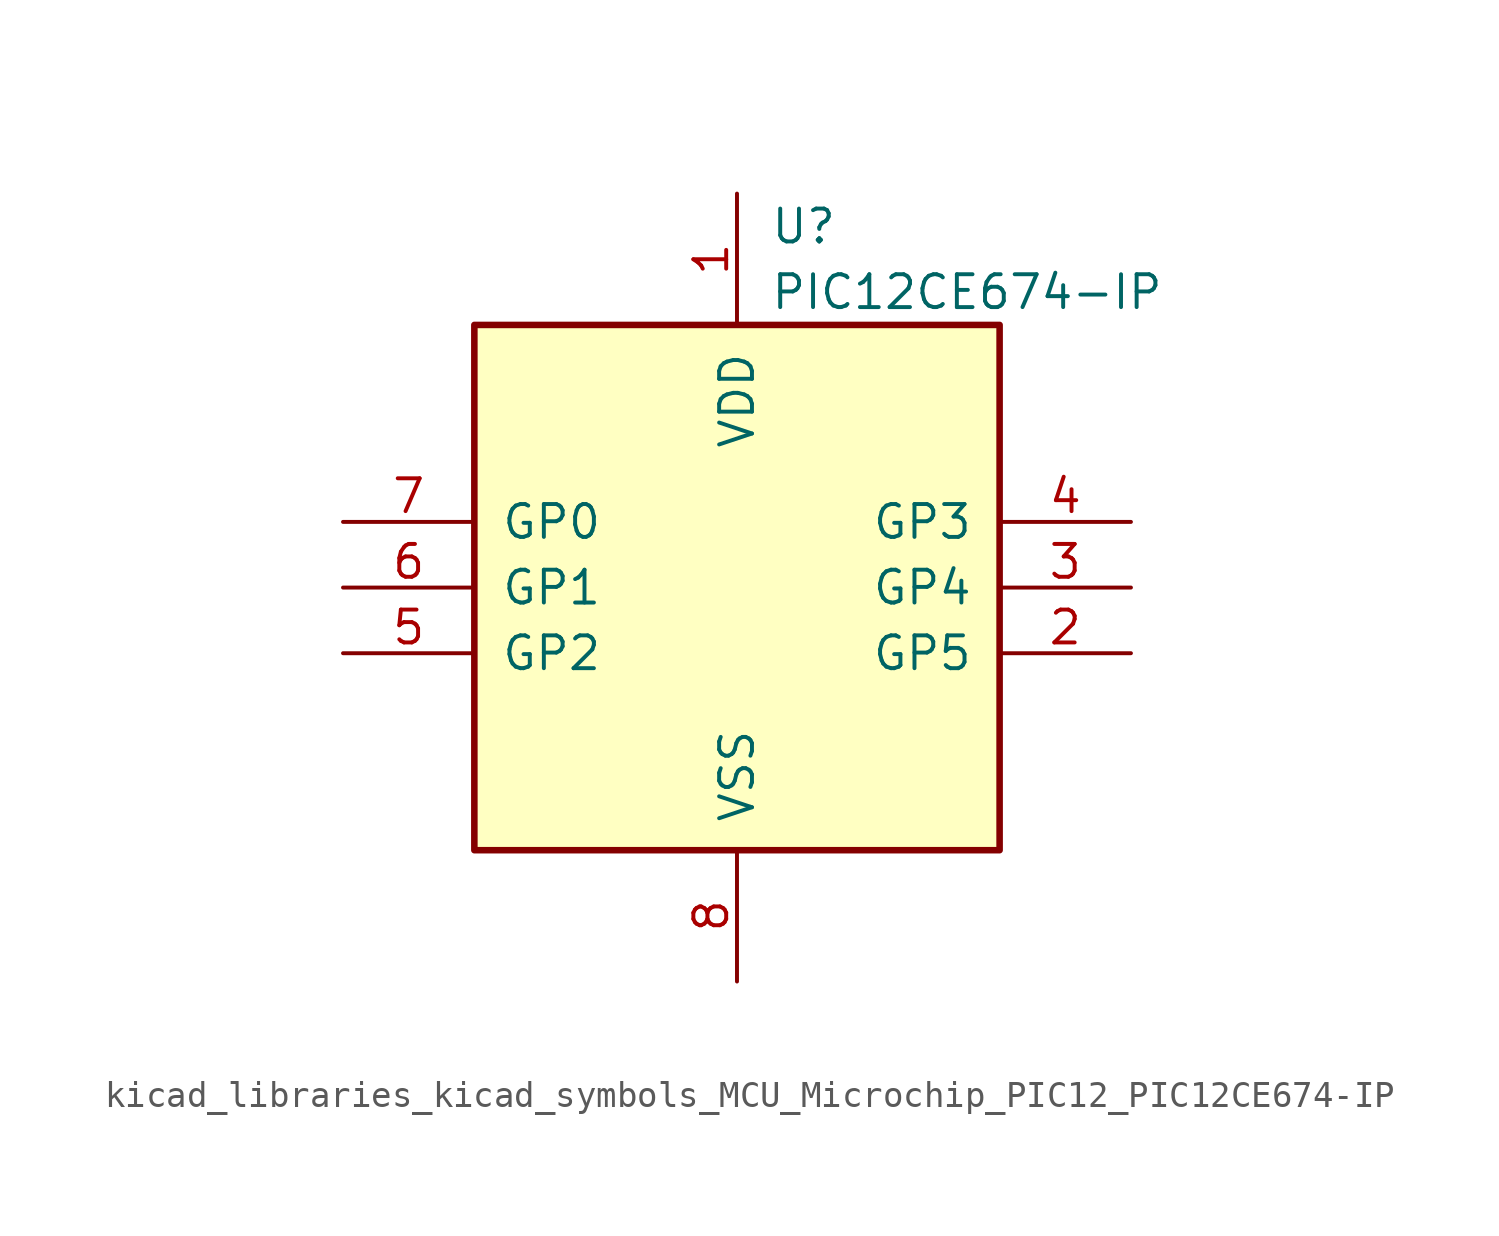
<source format=kicad_sym>
(kicad_symbol_lib
  (version 20220914)
  (generator kicad_symbol_editor)
  (symbol "kicad_libraries_kicad_symbols_MCU_Microchip_PIC12_PIC12CE674-IP"
    (pin_names
      (offset 1.016))
    (property "Reference" "U"
      (at 1.27 13.97 0)
      (effects (font (size 1.27 1.27)) (justify left)))
    (property "Value" "PIC12CE674-IP"
      (at 1.27 11.43 0)
      (effects (font (size 1.27 1.27)) (justify left)))
    (symbol "kicad_libraries_kicad_symbols_MCU_Microchip_PIC12_PIC12CE674-IP_0_1"
      (rectangle (start 10.16 -10.16) (end -10.16 10.16) (stroke (width 0.254) (type default)) (fill (type background))))
    (symbol "kicad_libraries_kicad_symbols_MCU_Microchip_PIC12_PIC12CE674-IP_1_1"
      (pin power_in line (at 0 15.24 270) (length 5.08) (name "VDD" (effects (font (size 1.27 1.27)))) (number "1" (effects (font (size 1.27 1.27)))))
      (pin bidirectional line (at 15.24 -2.54 180) (length 5.08) (name "GP5" (effects (font (size 1.27 1.27)))) (number "2" (effects (font (size 1.27 1.27)))))
      (pin bidirectional line (at 15.24 0 180) (length 5.08) (name "GP4" (effects (font (size 1.27 1.27)))) (number "3" (effects (font (size 1.27 1.27)))))
      (pin input line (at 15.24 2.54 180) (length 5.08) (name "GP3" (effects (font (size 1.27 1.27)))) (number "4" (effects (font (size 1.27 1.27)))))
      (pin bidirectional line (at -15.24 -2.54 0) (length 5.08) (name "GP2" (effects (font (size 1.27 1.27)))) (number "5" (effects (font (size 1.27 1.27)))))
      (pin bidirectional line (at -15.24 0 0) (length 5.08) (name "GP1" (effects (font (size 1.27 1.27)))) (number "6" (effects (font (size 1.27 1.27)))))
      (pin bidirectional line (at -15.24 2.54 0) (length 5.08) (name "GP0" (effects (font (size 1.27 1.27)))) (number "7" (effects (font (size 1.27 1.27)))))
      (pin power_in line (at 0 -15.24 90) (length 5.08) (name "VSS" (effects (font (size 1.27 1.27)))) (number "8" (effects (font (size 1.27 1.27))))))))
</source>
